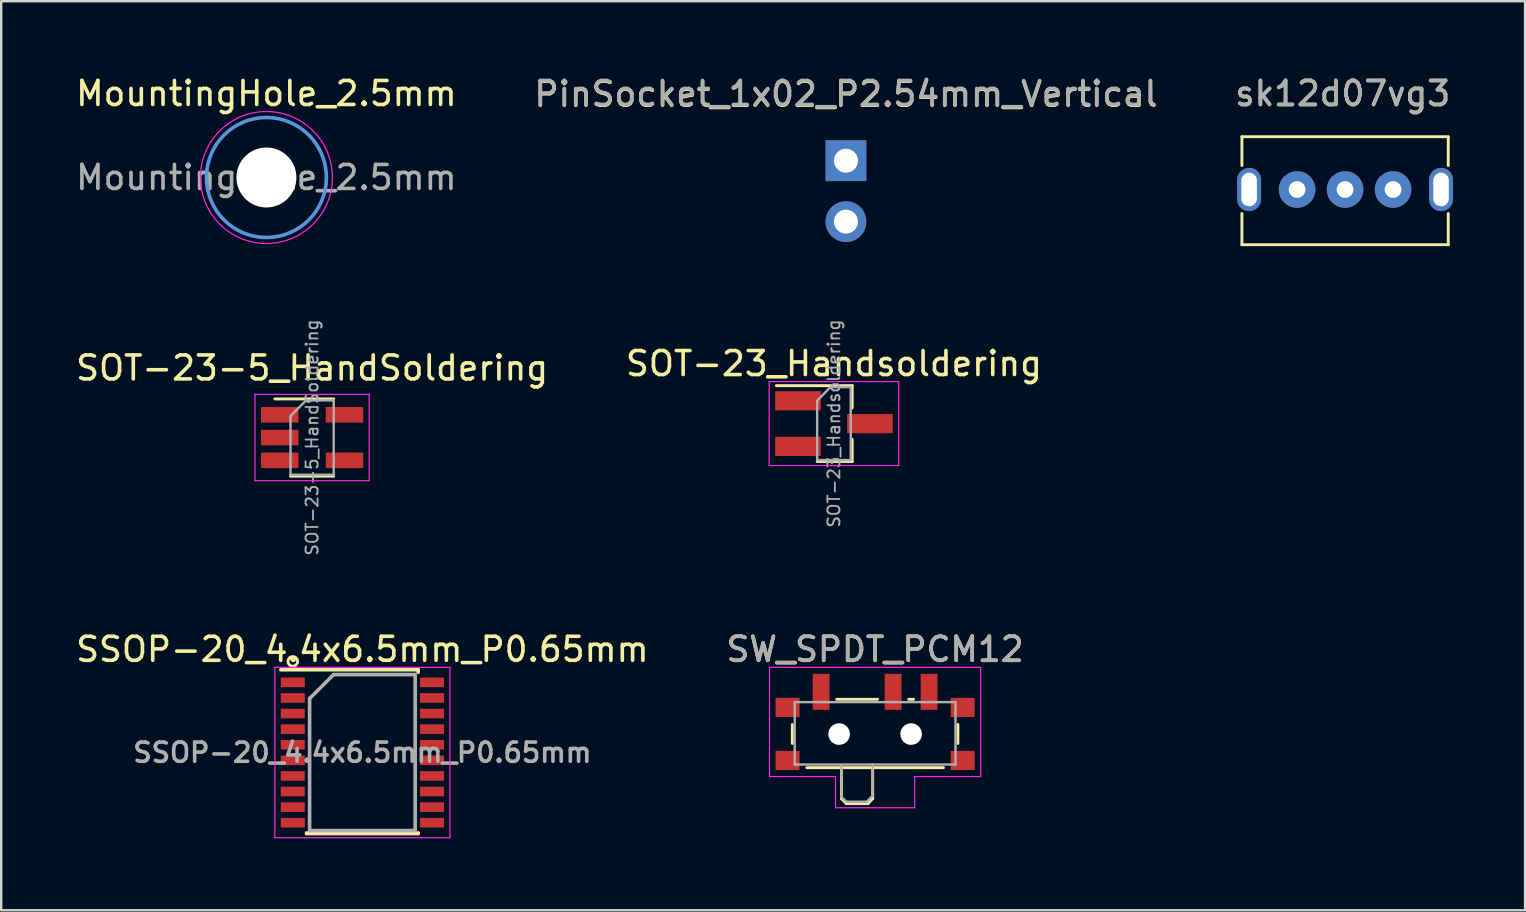
<source format=kicad_pcb>
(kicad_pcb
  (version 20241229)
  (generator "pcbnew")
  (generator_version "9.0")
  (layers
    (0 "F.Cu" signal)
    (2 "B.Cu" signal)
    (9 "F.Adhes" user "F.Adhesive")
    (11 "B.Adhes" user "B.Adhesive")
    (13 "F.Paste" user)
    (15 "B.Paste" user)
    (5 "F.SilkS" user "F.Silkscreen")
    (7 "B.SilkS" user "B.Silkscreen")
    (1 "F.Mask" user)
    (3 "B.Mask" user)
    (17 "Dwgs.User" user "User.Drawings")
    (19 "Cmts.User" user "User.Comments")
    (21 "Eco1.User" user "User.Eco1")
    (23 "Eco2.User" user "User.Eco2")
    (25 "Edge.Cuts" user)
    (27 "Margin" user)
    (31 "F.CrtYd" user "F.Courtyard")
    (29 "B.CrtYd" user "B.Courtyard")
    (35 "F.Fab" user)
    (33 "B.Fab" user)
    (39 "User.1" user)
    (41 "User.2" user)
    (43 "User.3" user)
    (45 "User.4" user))
  (footprint "SW_SPDT_PCM12"
    (layer "F.Cu")
    (at 33.423 27.215)
    (property "Reference" "SW_SPDT_PCM12" (at 0 -3.2 0) (layer "F.SilkS") (effects (font (size 1 1) (thickness 0.15))))
    (attr smd)
    (fp_line (start -3.45 -0.07) (end -3.45 0.72) (stroke (width 0.12) (type solid)) (layer "F.SilkS"))
    (fp_line (start -2.85 1.73) (end 2.85 1.73) (stroke (width 0.12) (type solid)) (layer "F.SilkS"))
    (fp_line (start -1.6 -1.12) (end 0.1 -1.12) (stroke (width 0.12) (type solid)) (layer "F.SilkS"))
    (fp_line (start -1.4 1.73) (end -1.4 3.02) (stroke (width 0.12) (type solid)) (layer "F.SilkS"))
    (fp_line (start -1.4 3.02) (end -1.2 3.23) (stroke (width 0.12) (type solid)) (layer "F.SilkS"))
    (fp_line (start -1.2 3.23) (end -0.3 3.23) (stroke (width 0.12) (type solid)) (layer "F.SilkS"))
    (fp_line (start -0.1 3.02) (end -0.3 3.23) (stroke (width 0.12) (type solid)) (layer "F.SilkS"))
    (fp_line (start -0.1 3.02) (end -0.1 1.73) (stroke (width 0.12) (type solid)) (layer "F.SilkS"))
    (fp_line (start 1.4 -1.12) (end 1.6 -1.12) (stroke (width 0.12) (type solid)) (layer "F.SilkS"))
    (fp_line (start 3.45 0.72) (end 3.45 -0.07) (stroke (width 0.12) (type solid)) (layer "F.SilkS"))
    (fp_line (start -4.4 -2.45) (end 4.4 -2.45) (stroke (width 0.05) (type solid)) (layer "F.CrtYd"))
    (fp_line (start -4.4 2.1) (end -4.4 -2.45) (stroke (width 0.05) (type solid)) (layer "F.CrtYd"))
    (fp_line (start -1.65 2.1) (end -4.4 2.1) (stroke (width 0.05) (type solid)) (layer "F.CrtYd"))
    (fp_line (start -1.65 3.4) (end -1.65 2.1) (stroke (width 0.05) (type solid)) (layer "F.CrtYd"))
    (fp_line (start 1.65 2.1) (end 1.65 3.4) (stroke (width 0.05) (type solid)) (layer "F.CrtYd"))
    (fp_line (start 1.65 3.4) (end -1.65 3.4) (stroke (width 0.05) (type solid)) (layer "F.CrtYd"))
    (fp_line (start 4.4 -2.45) (end 4.4 2.1) (stroke (width 0.05) (type solid)) (layer "F.CrtYd"))
    (fp_line (start 4.4 2.1) (end 1.65 2.1) (stroke (width 0.05) (type solid)) (layer "F.CrtYd"))
    (fp_line (start -3.35 -1) (end -3.35 1.6) (stroke (width 0.1) (type solid)) (layer "F.Fab"))
    (fp_line (start -3.35 1.6) (end 3.35 1.6) (stroke (width 0.1) (type solid)) (layer "F.Fab"))
    (fp_line (start -1.4 1.65) (end -1.4 2.95) (stroke (width 0.1) (type solid)) (layer "F.Fab"))
    (fp_line (start -1.4 2.95) (end -1.2 3.15) (stroke (width 0.1) (type solid)) (layer "F.Fab"))
    (fp_line (start -1.2 3.15) (end -0.35 3.15) (stroke (width 0.1) (type solid)) (layer "F.Fab"))
    (fp_line (start -0.35 3.15) (end -0.15 2.95) (stroke (width 0.1) (type solid)) (layer "F.Fab"))
    (fp_line (start -0.15 2.95) (end -0.1 2.9) (stroke (width 0.1) (type solid)) (layer "F.Fab"))
    (fp_line (start -0.1 2.9) (end -0.1 1.6) (stroke (width 0.1) (type solid)) (layer "F.Fab"))
    (fp_line (start 3.35 -1) (end -3.35 -1) (stroke (width 0.1) (type solid)) (layer "F.Fab"))
    (fp_line (start 3.35 1.6) (end 3.35 -1) (stroke (width 0.1) (type solid)) (layer "F.Fab"))
    (fp_text user "${REFERENCE}" (at 0 -3.2 0) (layer "F.Fab") (effects (font (size 1 1) (thickness 0.15))))
    (pad "" smd rect (at -3.65 -0.78) (size 1 0.8) (layers "F.Cu" "F.Mask" "F.Paste"))
    (pad "" smd rect (at -3.65 1.43) (size 1 0.8) (layers "F.Cu" "F.Mask" "F.Paste"))
    (pad "" np_thru_hole circle (at -1.5 0.33) (size 0.9 0.9) (drill 0.9) (layers "*.Cu" "*.Mask"))
    (pad "" np_thru_hole circle (at 1.5 0.33) (size 0.9 0.9) (drill 0.9) (layers "*.Cu" "*.Mask"))
    (pad "" smd rect (at 3.65 -0.78) (size 1 0.8) (layers "F.Cu" "F.Mask" "F.Paste"))
    (pad "" smd rect (at 3.65 1.43) (size 1 0.8) (layers "F.Cu" "F.Mask" "F.Paste"))
    (pad "1" smd rect (at -2.25 -1.43) (size 0.7 1.5) (layers "F.Cu" "F.Mask" "F.Paste"))
    (pad "2" smd rect (at 0.75 -1.43) (size 0.7 1.5) (layers "F.Cu" "F.Mask" "F.Paste"))
    (pad "3" smd rect (at 2.25 -1.43) (size 0.7 1.5) (layers "F.Cu" "F.Mask" "F.Paste")))
  (footprint "SOT-23_Handsoldering"
    (layer "F.Cu")
    (at 31.708 14.604)
    (property "Reference" "SOT-23_Handsoldering" (at 0 -2.5 0) (layer "F.SilkS") (effects (font (size 1 1) (thickness 0.15))))
    (attr smd)
    (fp_line (start 0.76 -1.58) (end -2.4 -1.58) (stroke (width 0.12) (type solid)) (layer "F.SilkS"))
    (fp_line (start 0.76 -1.58) (end 0.76 -0.65) (stroke (width 0.12) (type solid)) (layer "F.SilkS"))
    (fp_line (start 0.76 1.58) (end -0.7 1.58) (stroke (width 0.12) (type solid)) (layer "F.SilkS"))
    (fp_line (start 0.76 1.58) (end 0.76 0.65) (stroke (width 0.12) (type solid)) (layer "F.SilkS"))
    (fp_line (start -2.7 -1.75) (end 2.7 -1.75) (stroke (width 0.05) (type solid)) (layer "F.CrtYd"))
    (fp_line (start -2.7 1.75) (end -2.7 -1.75) (stroke (width 0.05) (type solid)) (layer "F.CrtYd"))
    (fp_line (start 2.7 -1.75) (end 2.7 1.75) (stroke (width 0.05) (type solid)) (layer "F.CrtYd"))
    (fp_line (start 2.7 1.75) (end -2.7 1.75) (stroke (width 0.05) (type solid)) (layer "F.CrtYd"))
    (fp_line (start -0.7 -0.95) (end -0.7 1.5) (stroke (width 0.1) (type solid)) (layer "F.Fab"))
    (fp_line (start -0.7 -0.95) (end -0.15 -1.52) (stroke (width 0.1) (type solid)) (layer "F.Fab"))
    (fp_line (start -0.7 1.52) (end 0.7 1.52) (stroke (width 0.1) (type solid)) (layer "F.Fab"))
    (fp_line (start -0.15 -1.52) (end 0.7 -1.52) (stroke (width 0.1) (type solid)) (layer "F.Fab"))
    (fp_line (start 0.7 -1.52) (end 0.7 1.52) (stroke (width 0.1) (type solid)) (layer "F.Fab"))
    (fp_text user "${REFERENCE}" (at 0 0 90) (layer "F.Fab") (effects (font (size 0.5 0.5) (thickness 0.075))))
    (pad "1" smd rect (at -1.5 -0.95) (size 1.9 0.8) (layers "F.Cu" "F.Mask" "F.Paste"))
    (pad "2" smd rect (at -1.5 0.95) (size 1.9 0.8) (layers "F.Cu" "F.Mask" "F.Paste"))
    (pad "3" smd rect (at 1.5 0) (size 1.9 0.8) (layers "F.Cu" "F.Mask" "F.Paste")))
  (footprint "SSOP-20_4.4x6.5mm_P0.65mm"
    (layer "F.Cu")
    (at 12.054 28.315)
    (property "Reference" "SSOP-20_4.4x6.5mm_P0.65mm" (at 0 -4.3 0) (layer "F.SilkS") (effects (font (size 1 1) (thickness 0.15))))
    (attr smd)
    (fp_line (start -3.4 -3.45) (end 2.325 -3.45) (stroke (width 0.15) (type solid)) (layer "F.SilkS"))
    (fp_line (start -2.325 3.375) (end -2.325 3.35) (stroke (width 0.15) (type solid)) (layer "F.SilkS"))
    (fp_line (start -2.325 3.375) (end 2.325 3.375) (stroke (width 0.15) (type solid)) (layer "F.SilkS"))
    (fp_line (start 2.325 -3.45) (end 2.325 -3.35) (stroke (width 0.15) (type solid)) (layer "F.SilkS"))
    (fp_line (start 2.325 3.375) (end 2.325 3.35) (stroke (width 0.15) (type solid)) (layer "F.SilkS"))
    (fp_circle (center -2.9 -3.8) (end -2.9 -4) (stroke (width 0.12) (type solid)) (fill no) (layer "F.SilkS"))
    (fp_line (start -3.65 -3.55) (end -3.65 3.55) (stroke (width 0.05) (type solid)) (layer "F.CrtYd"))
    (fp_line (start -3.65 -3.55) (end 3.65 -3.55) (stroke (width 0.05) (type solid)) (layer "F.CrtYd"))
    (fp_line (start -3.65 3.55) (end 3.65 3.55) (stroke (width 0.05) (type solid)) (layer "F.CrtYd"))
    (fp_line (start 3.65 -3.55) (end 3.65 3.55) (stroke (width 0.05) (type solid)) (layer "F.CrtYd"))
    (fp_line (start -2.2 -2.25) (end -1.2 -3.25) (stroke (width 0.15) (type solid)) (layer "F.Fab"))
    (fp_line (start -2.2 3.25) (end -2.2 -2.25) (stroke (width 0.15) (type solid)) (layer "F.Fab"))
    (fp_line (start -1.2 -3.25) (end 2.2 -3.25) (stroke (width 0.15) (type solid)) (layer "F.Fab"))
    (fp_line (start 2.2 -3.25) (end 2.2 3.25) (stroke (width 0.15) (type solid)) (layer "F.Fab"))
    (fp_line (start 2.2 3.25) (end -2.2 3.25) (stroke (width 0.15) (type solid)) (layer "F.Fab"))
    (fp_text user "${REFERENCE}" (at 0 0 0) (layer "F.Fab") (effects (font (size 0.8 0.8) (thickness 0.15))))
    (pad "1" smd rect (at -2.9 -2.925) (size 1 0.4) (layers "F.Cu" "F.Mask" "F.Paste"))
    (pad "2" smd rect (at -2.9 -2.275) (size 1 0.4) (layers "F.Cu" "F.Mask" "F.Paste"))
    (pad "3" smd rect (at -2.9 -1.625) (size 1 0.4) (layers "F.Cu" "F.Mask" "F.Paste"))
    (pad "4" smd rect (at -2.9 -0.975) (size 1 0.4) (layers "F.Cu" "F.Mask" "F.Paste"))
    (pad "5" smd rect (at -2.9 -0.325) (size 1 0.4) (layers "F.Cu" "F.Mask" "F.Paste"))
    (pad "6" smd rect (at -2.9 0.325) (size 1 0.4) (layers "F.Cu" "F.Mask" "F.Paste"))
    (pad "7" smd rect (at -2.9 0.975) (size 1 0.4) (layers "F.Cu" "F.Mask" "F.Paste"))
    (pad "8" smd rect (at -2.9 1.625) (size 1 0.4) (layers "F.Cu" "F.Mask" "F.Paste"))
    (pad "9" smd rect (at -2.9 2.275) (size 1 0.4) (layers "F.Cu" "F.Mask" "F.Paste"))
    (pad "10" smd rect (at -2.9 2.925) (size 1 0.4) (layers "F.Cu" "F.Mask" "F.Paste"))
    (pad "11" smd rect (at 2.9 2.925) (size 1 0.4) (layers "F.Cu" "F.Mask" "F.Paste"))
    (pad "12" smd rect (at 2.9 2.275) (size 1 0.4) (layers "F.Cu" "F.Mask" "F.Paste"))
    (pad "13" smd rect (at 2.9 1.625) (size 1 0.4) (layers "F.Cu" "F.Mask" "F.Paste"))
    (pad "14" smd rect (at 2.9 0.975) (size 1 0.4) (layers "F.Cu" "F.Mask" "F.Paste"))
    (pad "15" smd rect (at 2.9 0.325) (size 1 0.4) (layers "F.Cu" "F.Mask" "F.Paste"))
    (pad "16" smd rect (at 2.9 -0.325) (size 1 0.4) (layers "F.Cu" "F.Mask" "F.Paste"))
    (pad "17" smd rect (at 2.9 -0.975) (size 1 0.4) (layers "F.Cu" "F.Mask" "F.Paste"))
    (pad "18" smd rect (at 2.9 -1.625) (size 1 0.4) (layers "F.Cu" "F.Mask" "F.Paste"))
    (pad "19" smd rect (at 2.9 -2.275) (size 1 0.4) (layers "F.Cu" "F.Mask" "F.Paste"))
    (pad "20" smd rect (at 2.9 -2.925) (size 1 0.4) (layers "F.Cu" "F.Mask" "F.Paste")))
  (footprint "SOT-23-5_HandSoldering"
    (layer "F.Cu")
    (at 9.958 15.187)
    (property "Reference" "SOT-23-5_HandSoldering" (at 0 -2.9 0) (layer "F.SilkS") (effects (font (size 1 1) (thickness 0.15))))
    (attr smd)
    (fp_line (start -0.9 1.61) (end 0.9 1.61) (stroke (width 0.12) (type solid)) (layer "F.SilkS"))
    (fp_line (start 0.9 -1.61) (end -1.55 -1.61) (stroke (width 0.12) (type solid)) (layer "F.SilkS"))
    (fp_line (start -2.38 -1.8) (end -2.38 1.8) (stroke (width 0.05) (type solid)) (layer "F.CrtYd"))
    (fp_line (start -2.38 -1.8) (end 2.38 -1.8) (stroke (width 0.05) (type solid)) (layer "F.CrtYd"))
    (fp_line (start 2.38 1.8) (end -2.38 1.8) (stroke (width 0.05) (type solid)) (layer "F.CrtYd"))
    (fp_line (start 2.38 1.8) (end 2.38 -1.8) (stroke (width 0.05) (type solid)) (layer "F.CrtYd"))
    (fp_line (start -0.9 -0.9) (end -0.9 1.55) (stroke (width 0.1) (type solid)) (layer "F.Fab"))
    (fp_line (start -0.9 -0.9) (end -0.25 -1.55) (stroke (width 0.1) (type solid)) (layer "F.Fab"))
    (fp_line (start 0.9 -1.55) (end -0.25 -1.55) (stroke (width 0.1) (type solid)) (layer "F.Fab"))
    (fp_line (start 0.9 -1.55) (end 0.9 1.55) (stroke (width 0.1) (type solid)) (layer "F.Fab"))
    (fp_line (start 0.9 1.55) (end -0.9 1.55) (stroke (width 0.1) (type solid)) (layer "F.Fab"))
    (fp_text user "${REFERENCE}" (at 0 0 90) (layer "F.Fab") (effects (font (size 0.5 0.5) (thickness 0.075))))
    (pad "1" smd rect (at -1.35 -0.95) (size 1.56 0.65) (layers "F.Cu" "F.Mask" "F.Paste"))
    (pad "2" smd rect (at -1.35 0) (size 1.56 0.65) (layers "F.Cu" "F.Mask" "F.Paste"))
    (pad "3" smd rect (at -1.35 0.95) (size 1.56 0.65) (layers "F.Cu" "F.Mask" "F.Paste"))
    (pad "4" smd rect (at 1.35 0.95) (size 1.56 0.65) (layers "F.Cu" "F.Mask" "F.Paste"))
    (pad "5" smd rect (at 1.35 -0.95) (size 1.56 0.65) (layers "F.Cu" "F.Mask" "F.Paste")))
  (footprint "PinSocket_1x02_P2.54mm_Vertical"
    (layer "F.Cu")
    (at 32.208 3.648)
    (property "Reference" "PinSocket_1x02_P2.54mm_Vertical" (at 0 -2.77 0) (layer "F.SilkS") (effects (font (size 1 1) (thickness 0.15))))
    (attr through_hole)
    (fp_text user "${REFERENCE}" (at 0 -2.8 180) (layer "F.Fab") (effects (font (size 1 1) (thickness 0.15))))
    (pad "1" thru_hole rect (at 0 0) (size 1.7 1.7) (drill 1) (layers "*.Cu" "*.Mask"))
    (pad "2" thru_hole oval (at 0 2.54) (size 1.7 1.7) (drill 1) (layers "*.Cu" "*.Mask")))
  (footprint "MountingHole_2.5mm"
    (layer "F.Cu")
    (at 8.054 4.348)
    (property "Reference" "MountingHole_2.5mm" (at 0 -3.5 0) (layer "F.SilkS") (effects (font (size 1 1) (thickness 0.15))))
    (attr exclude_from_pos_files exclude_from_bom)
    (fp_circle (center 0 0) (end 2.5 0) (stroke (width 0.15) (type solid)) (fill no) (layer "Cmts.User"))
    (fp_circle (center 0 0) (end 2.75 0) (stroke (width 0.05) (type solid)) (fill no) (layer "F.CrtYd"))
    (fp_text user "${REFERENCE}" (at 0 0 0) (layer "F.Fab") (effects (font (size 1 1) (thickness 0.15))))
    (pad "" np_thru_hole circle (at 0 0) (size 2.5 2.5) (drill 2.5) (layers "*.Cu" "*.Mask")))
  (footprint "sk12d07vg3"
    (layer "F.Cu")
    (at 51.011 4.848)
    (property "Reference" "sk12d07vg3" (at 1.9 -4 0) (unlocked yes) (layer "F.SilkS") (effects (font (size 1 1) (thickness 0.15))))
    (attr through_hole)
    (fp_line (start -2.3 -1) (end -2.3 -2.2) (stroke (width 0.12) (type solid)) (layer "F.SilkS"))
    (fp_line (start -2.3 1) (end -2.3 2.3) (stroke (width 0.12) (type solid)) (layer "F.SilkS"))
    (fp_line (start -2.3 2.3) (end 6.3 2.3) (stroke (width 0.12) (type solid)) (layer "F.SilkS"))
    (fp_line (start 6.3 -2.2) (end -2.3 -2.2) (stroke (width 0.12) (type solid)) (layer "F.SilkS"))
    (fp_line (start 6.3 -1) (end 6.3 -2.2) (stroke (width 0.12) (type solid)) (layer "F.SilkS"))
    (fp_line (start 6.3 2.3) (end 6.3 1) (stroke (width 0.12) (type solid)) (layer "F.SilkS"))
    (fp_text user "${REFERENCE}" (at 1.9 -4 0) (unlocked yes) (layer "F.Fab") (effects (font (size 1 1) (thickness 0.15))))
    (pad "1" thru_hole circle (at 0 0) (size 1.524 1.524) (drill 0.7) (layers "*.Cu" "*.Mask"))
    (pad "2" thru_hole circle (at 2 0) (size 1.524 1.524) (drill 0.7) (layers "*.Cu" "*.Mask"))
    (pad "3" thru_hole circle (at 4 0) (size 1.524 1.524) (drill 0.7) (layers "*.Cu" "*.Mask"))
    (pad "4" thru_hole oval (at -2 0) (size 1 1.8) (drill oval 0.65 1.4) (layers "*.Cu" "*.Mask"))
    (pad "5" thru_hole oval (at 6 0) (size 1 1.8) (drill oval 0.65 1.4) (layers "*.Cu" "*.Mask")))
  (gr_rect
    (start -3 -3)
    (end 60.512 34.89)
    (stroke (width 0.1) (type default))
    (fill no)
    (layer "Edge.Cuts")))
</source>
